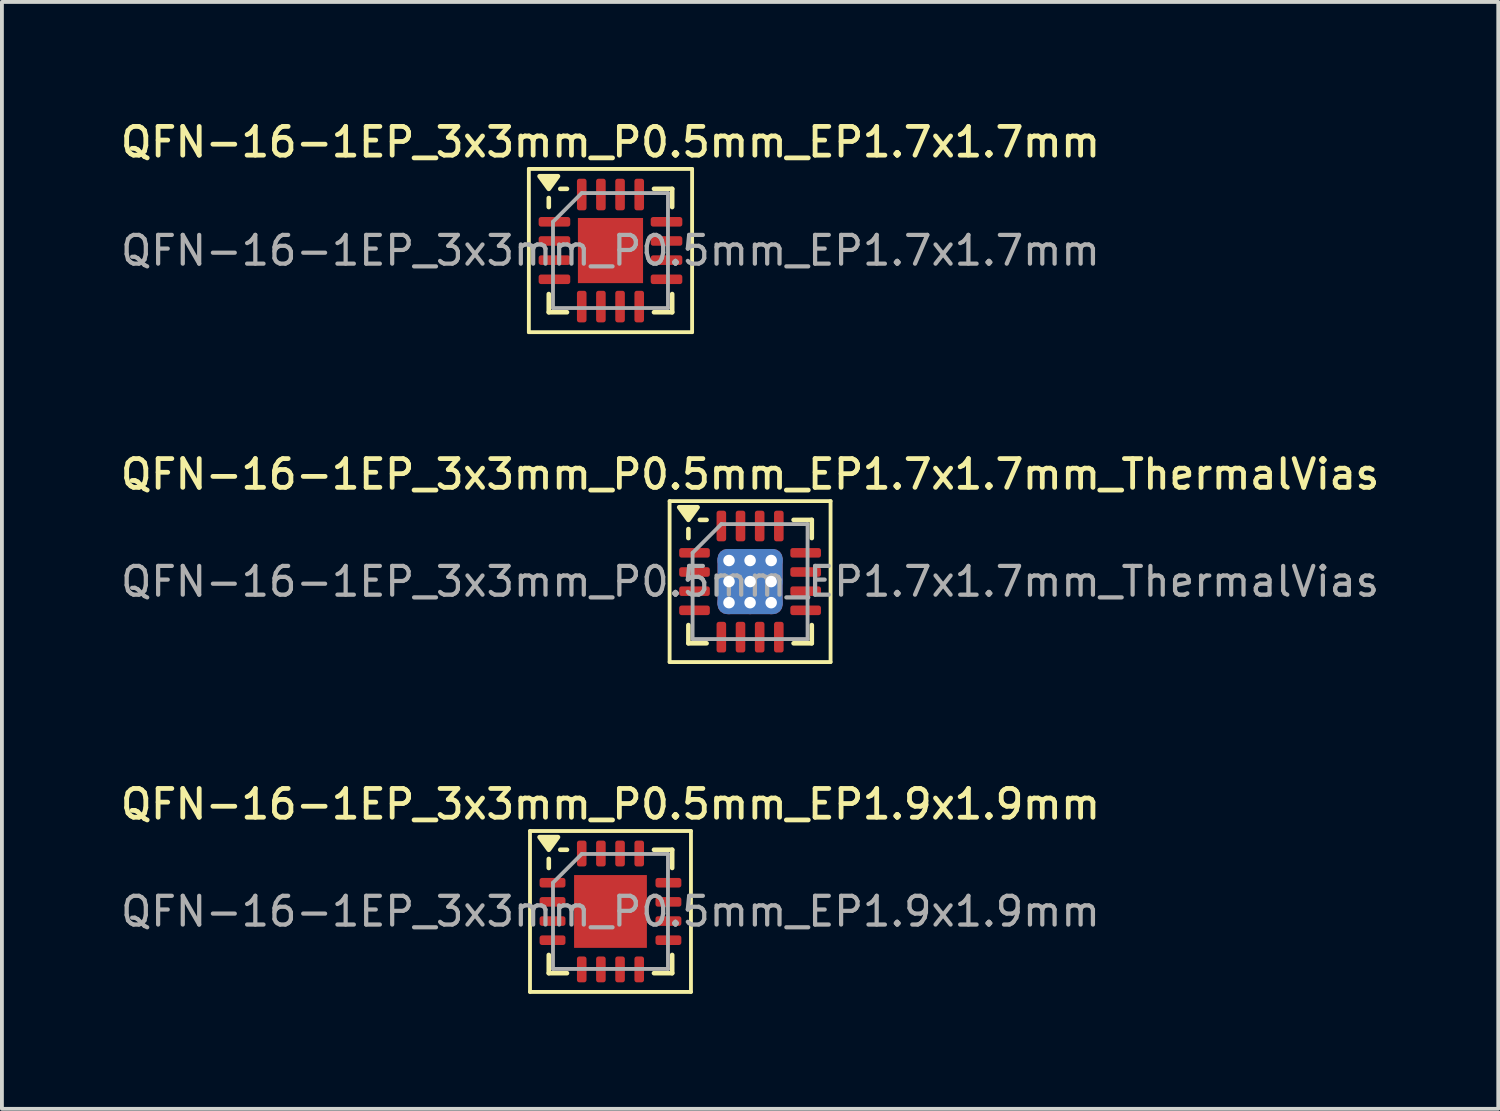
<source format=kicad_pcb>
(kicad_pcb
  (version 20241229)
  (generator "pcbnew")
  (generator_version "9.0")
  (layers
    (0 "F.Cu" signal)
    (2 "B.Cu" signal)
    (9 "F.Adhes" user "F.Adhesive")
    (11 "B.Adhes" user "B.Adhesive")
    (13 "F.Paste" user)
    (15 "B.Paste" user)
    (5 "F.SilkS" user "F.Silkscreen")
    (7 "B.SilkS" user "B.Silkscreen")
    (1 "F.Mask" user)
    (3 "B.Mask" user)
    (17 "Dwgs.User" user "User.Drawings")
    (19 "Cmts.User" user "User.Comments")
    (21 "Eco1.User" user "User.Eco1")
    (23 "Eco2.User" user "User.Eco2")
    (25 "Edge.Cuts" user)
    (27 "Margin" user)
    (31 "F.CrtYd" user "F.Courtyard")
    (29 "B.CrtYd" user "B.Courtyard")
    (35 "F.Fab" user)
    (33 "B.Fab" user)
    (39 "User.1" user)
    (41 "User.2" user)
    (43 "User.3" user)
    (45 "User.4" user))
  (footprint "QFN-16-1EP_3x3mm_P0.5mm_EP1.9x1.9mm"
    (layer "F.Cu")
    (at 12.88 20.734)
    (property "Reference" "QFN-16-1EP_3x3mm_P0.5mm_EP1.9x1.9mm" (at 0 -2.8 0) (layer "F.SilkS") (effects (font (size 0.75 0.75) (thickness 0.125))))
    (attr smd)
    (fp_line (start -2.1 -2.1) (end -2.1 2.1) (stroke (width 0.1) (type solid)) (layer "F.SilkS"))
    (fp_line (start -2.1 2.1) (end 2.1 2.1) (stroke (width 0.1) (type solid)) (layer "F.SilkS"))
    (fp_line (start -1.61 -1.135) (end -1.61 -1.37) (stroke (width 0.12) (type solid)) (layer "F.SilkS"))
    (fp_line (start -1.61 1.61) (end -1.61 1.135) (stroke (width 0.12) (type solid)) (layer "F.SilkS"))
    (fp_line (start -1.135 -1.61) (end -1.31 -1.61) (stroke (width 0.12) (type solid)) (layer "F.SilkS"))
    (fp_line (start -1.135 1.61) (end -1.61 1.61) (stroke (width 0.12) (type solid)) (layer "F.SilkS"))
    (fp_line (start 1.135 -1.61) (end 1.61 -1.61) (stroke (width 0.12) (type solid)) (layer "F.SilkS"))
    (fp_line (start 1.135 1.61) (end 1.61 1.61) (stroke (width 0.12) (type solid)) (layer "F.SilkS"))
    (fp_line (start 1.61 -1.61) (end 1.61 -1.135) (stroke (width 0.12) (type solid)) (layer "F.SilkS"))
    (fp_line (start 1.61 1.61) (end 1.61 1.135) (stroke (width 0.12) (type solid)) (layer "F.SilkS"))
    (fp_line (start 2.1 -2.1) (end -2.1 -2.1) (stroke (width 0.1) (type solid)) (layer "F.SilkS"))
    (fp_line (start 2.1 2.1) (end 2.1 -2.1) (stroke (width 0.1) (type solid)) (layer "F.SilkS"))
    (fp_poly (pts (xy -1.61 -1.61) (xy -1.85 -1.94) (xy -1.37 -1.94) (xy -1.61 -1.61)) (stroke (width 0.12) (type solid)) (fill yes) (layer "F.SilkS"))
    (fp_line (start -1.5 -0.75) (end -0.75 -1.5) (stroke (width 0.1) (type solid)) (layer "F.Fab"))
    (fp_line (start -1.5 1.5) (end -1.5 -0.75) (stroke (width 0.1) (type solid)) (layer "F.Fab"))
    (fp_line (start -0.75 -1.5) (end 1.5 -1.5) (stroke (width 0.1) (type solid)) (layer "F.Fab"))
    (fp_line (start 1.5 -1.5) (end 1.5 1.5) (stroke (width 0.1) (type solid)) (layer "F.Fab"))
    (fp_line (start 1.5 1.5) (end -1.5 1.5) (stroke (width 0.1) (type solid)) (layer "F.Fab"))
    (fp_text user "${REFERENCE}" (at 0 0 0) (layer "F.Fab") (effects (font (size 0.75 0.75) (thickness 0.11))))
    (pad "" smd roundrect (at -0.475 -0.475) (size 0.77 0.77) (layers "F.Paste") (roundrect_rratio 0.25))
    (pad "" smd roundrect (at -0.475 0.475) (size 0.77 0.77) (layers "F.Paste") (roundrect_rratio 0.25))
    (pad "" smd roundrect (at 0.475 -0.475) (size 0.77 0.77) (layers "F.Paste") (roundrect_rratio 0.25))
    (pad "" smd roundrect (at 0.475 0.475) (size 0.77 0.77) (layers "F.Paste") (roundrect_rratio 0.25))
    (pad "1" smd roundrect (at -1.512 -0.75) (size 0.675 0.25) (layers "F.Cu" "F.Mask" "F.Paste") (roundrect_rratio 0.25))
    (pad "2" smd roundrect (at -1.512 -0.25) (size 0.675 0.25) (layers "F.Cu" "F.Mask" "F.Paste") (roundrect_rratio 0.25))
    (pad "3" smd roundrect (at -1.512 0.25) (size 0.675 0.25) (layers "F.Cu" "F.Mask" "F.Paste") (roundrect_rratio 0.25))
    (pad "4" smd roundrect (at -1.512 0.75) (size 0.675 0.25) (layers "F.Cu" "F.Mask" "F.Paste") (roundrect_rratio 0.25))
    (pad "5" smd roundrect (at -0.75 1.512) (size 0.25 0.675) (layers "F.Cu" "F.Mask" "F.Paste") (roundrect_rratio 0.25))
    (pad "6" smd roundrect (at -0.25 1.512) (size 0.25 0.675) (layers "F.Cu" "F.Mask" "F.Paste") (roundrect_rratio 0.25))
    (pad "7" smd roundrect (at 0.25 1.512) (size 0.25 0.675) (layers "F.Cu" "F.Mask" "F.Paste") (roundrect_rratio 0.25))
    (pad "8" smd roundrect (at 0.75 1.512) (size 0.25 0.675) (layers "F.Cu" "F.Mask" "F.Paste") (roundrect_rratio 0.25))
    (pad "9" smd roundrect (at 1.512 0.75) (size 0.675 0.25) (layers "F.Cu" "F.Mask" "F.Paste") (roundrect_rratio 0.25))
    (pad "10" smd roundrect (at 1.512 0.25) (size 0.675 0.25) (layers "F.Cu" "F.Mask" "F.Paste") (roundrect_rratio 0.25))
    (pad "11" smd roundrect (at 1.512 -0.25) (size 0.675 0.25) (layers "F.Cu" "F.Mask" "F.Paste") (roundrect_rratio 0.25))
    (pad "12" smd roundrect (at 1.512 -0.75) (size 0.675 0.25) (layers "F.Cu" "F.Mask" "F.Paste") (roundrect_rratio 0.25))
    (pad "13" smd roundrect (at 0.75 -1.512) (size 0.25 0.675) (layers "F.Cu" "F.Mask" "F.Paste") (roundrect_rratio 0.25))
    (pad "14" smd roundrect (at 0.25 -1.512) (size 0.25 0.675) (layers "F.Cu" "F.Mask" "F.Paste") (roundrect_rratio 0.25))
    (pad "15" smd roundrect (at -0.25 -1.512) (size 0.25 0.675) (layers "F.Cu" "F.Mask" "F.Paste") (roundrect_rratio 0.25))
    (pad "16" smd roundrect (at -0.75 -1.512) (size 0.25 0.675) (layers "F.Cu" "F.Mask" "F.Paste") (roundrect_rratio 0.25))
    (pad "17" smd rect (at 0 0) (size 1.9 1.9) (property pad_prop_heatsink) (layers "F.Cu" "F.Mask")))
  (footprint "QFN-16-1EP_3x3mm_P0.5mm_EP1.7x1.7mm"
    (layer "F.Cu")
    (at 12.88 3.488)
    (property "Reference" "QFN-16-1EP_3x3mm_P0.5mm_EP1.7x1.7mm" (at 0 -2.83 0) (layer "F.SilkS") (effects (font (size 0.75 0.75) (thickness 0.125))))
    (attr smd)
    (fp_line (start -2.13 -2.13) (end -2.13 2.13) (stroke (width 0.1) (type solid)) (layer "F.SilkS"))
    (fp_line (start -2.13 2.13) (end 2.13 2.13) (stroke (width 0.1) (type solid)) (layer "F.SilkS"))
    (fp_line (start -1.61 -1.135) (end -1.61 -1.37) (stroke (width 0.12) (type solid)) (layer "F.SilkS"))
    (fp_line (start -1.61 1.61) (end -1.61 1.135) (stroke (width 0.12) (type solid)) (layer "F.SilkS"))
    (fp_line (start -1.135 -1.61) (end -1.31 -1.61) (stroke (width 0.12) (type solid)) (layer "F.SilkS"))
    (fp_line (start -1.135 1.61) (end -1.61 1.61) (stroke (width 0.12) (type solid)) (layer "F.SilkS"))
    (fp_line (start 1.135 -1.61) (end 1.61 -1.61) (stroke (width 0.12) (type solid)) (layer "F.SilkS"))
    (fp_line (start 1.135 1.61) (end 1.61 1.61) (stroke (width 0.12) (type solid)) (layer "F.SilkS"))
    (fp_line (start 1.61 -1.61) (end 1.61 -1.135) (stroke (width 0.12) (type solid)) (layer "F.SilkS"))
    (fp_line (start 1.61 1.61) (end 1.61 1.135) (stroke (width 0.12) (type solid)) (layer "F.SilkS"))
    (fp_line (start 2.13 -2.13) (end -2.13 -2.13) (stroke (width 0.1) (type solid)) (layer "F.SilkS"))
    (fp_line (start 2.13 2.13) (end 2.13 -2.13) (stroke (width 0.1) (type solid)) (layer "F.SilkS"))
    (fp_poly (pts (xy -1.61 -1.61) (xy -1.85 -1.94) (xy -1.37 -1.94) (xy -1.61 -1.61)) (stroke (width 0.12) (type solid)) (fill yes) (layer "F.SilkS"))
    (fp_line (start -1.5 -0.75) (end -0.75 -1.5) (stroke (width 0.1) (type solid)) (layer "F.Fab"))
    (fp_line (start -1.5 1.5) (end -1.5 -0.75) (stroke (width 0.1) (type solid)) (layer "F.Fab"))
    (fp_line (start -0.75 -1.5) (end 1.5 -1.5) (stroke (width 0.1) (type solid)) (layer "F.Fab"))
    (fp_line (start 1.5 -1.5) (end 1.5 1.5) (stroke (width 0.1) (type solid)) (layer "F.Fab"))
    (fp_line (start 1.5 1.5) (end -1.5 1.5) (stroke (width 0.1) (type solid)) (layer "F.Fab"))
    (fp_text user "${REFERENCE}" (at 0 0 0) (layer "F.Fab") (effects (font (size 0.75 0.75) (thickness 0.11))))
    (pad "" smd roundrect (at -0.425 -0.425) (size 0.69 0.69) (layers "F.Paste") (roundrect_rratio 0.25))
    (pad "" smd roundrect (at -0.425 0.425) (size 0.69 0.69) (layers "F.Paste") (roundrect_rratio 0.25))
    (pad "" smd roundrect (at 0.425 -0.425) (size 0.69 0.69) (layers "F.Paste") (roundrect_rratio 0.25))
    (pad "" smd roundrect (at 0.425 0.425) (size 0.69 0.69) (layers "F.Paste") (roundrect_rratio 0.25))
    (pad "1" smd roundrect (at -1.462 -0.75) (size 0.825 0.25) (layers "F.Cu" "F.Mask" "F.Paste") (roundrect_rratio 0.25))
    (pad "2" smd roundrect (at -1.462 -0.25) (size 0.825 0.25) (layers "F.Cu" "F.Mask" "F.Paste") (roundrect_rratio 0.25))
    (pad "3" smd roundrect (at -1.462 0.25) (size 0.825 0.25) (layers "F.Cu" "F.Mask" "F.Paste") (roundrect_rratio 0.25))
    (pad "4" smd roundrect (at -1.462 0.75) (size 0.825 0.25) (layers "F.Cu" "F.Mask" "F.Paste") (roundrect_rratio 0.25))
    (pad "5" smd roundrect (at -0.75 1.462) (size 0.25 0.825) (layers "F.Cu" "F.Mask" "F.Paste") (roundrect_rratio 0.25))
    (pad "6" smd roundrect (at -0.25 1.462) (size 0.25 0.825) (layers "F.Cu" "F.Mask" "F.Paste") (roundrect_rratio 0.25))
    (pad "7" smd roundrect (at 0.25 1.462) (size 0.25 0.825) (layers "F.Cu" "F.Mask" "F.Paste") (roundrect_rratio 0.25))
    (pad "8" smd roundrect (at 0.75 1.462) (size 0.25 0.825) (layers "F.Cu" "F.Mask" "F.Paste") (roundrect_rratio 0.25))
    (pad "9" smd roundrect (at 1.462 0.75) (size 0.825 0.25) (layers "F.Cu" "F.Mask" "F.Paste") (roundrect_rratio 0.25))
    (pad "10" smd roundrect (at 1.462 0.25) (size 0.825 0.25) (layers "F.Cu" "F.Mask" "F.Paste") (roundrect_rratio 0.25))
    (pad "11" smd roundrect (at 1.462 -0.25) (size 0.825 0.25) (layers "F.Cu" "F.Mask" "F.Paste") (roundrect_rratio 0.25))
    (pad "12" smd roundrect (at 1.462 -0.75) (size 0.825 0.25) (layers "F.Cu" "F.Mask" "F.Paste") (roundrect_rratio 0.25))
    (pad "13" smd roundrect (at 0.75 -1.462) (size 0.25 0.825) (layers "F.Cu" "F.Mask" "F.Paste") (roundrect_rratio 0.25))
    (pad "14" smd roundrect (at 0.25 -1.462) (size 0.25 0.825) (layers "F.Cu" "F.Mask" "F.Paste") (roundrect_rratio 0.25))
    (pad "15" smd roundrect (at -0.25 -1.462) (size 0.25 0.825) (layers "F.Cu" "F.Mask" "F.Paste") (roundrect_rratio 0.25))
    (pad "16" smd roundrect (at -0.75 -1.462) (size 0.25 0.825) (layers "F.Cu" "F.Mask" "F.Paste") (roundrect_rratio 0.25))
    (pad "17" smd rect (at 0 0) (size 1.7 1.7) (property pad_prop_heatsink) (layers "F.Cu" "F.Mask")))
  (footprint "QFN-16-1EP_3x3mm_P0.5mm_EP1.7x1.7mm_ThermalVias"
    (layer "F.Cu")
    (at 16.523 12.126)
    (property "Reference" "QFN-16-1EP_3x3mm_P0.5mm_EP1.7x1.7mm_ThermalVias" (at 0 -2.8 0) (layer "F.SilkS") (effects (font (size 0.75 0.75) (thickness 0.125))))
    (attr smd)
    (fp_line (start -2.1 -2.1) (end -2.1 2.1) (stroke (width 0.1) (type solid)) (layer "F.SilkS"))
    (fp_line (start -2.1 2.1) (end 2.1 2.1) (stroke (width 0.1) (type solid)) (layer "F.SilkS"))
    (fp_line (start -1.61 -1.135) (end -1.61 -1.37) (stroke (width 0.12) (type solid)) (layer "F.SilkS"))
    (fp_line (start -1.61 1.61) (end -1.61 1.135) (stroke (width 0.12) (type solid)) (layer "F.SilkS"))
    (fp_line (start -1.135 -1.61) (end -1.31 -1.61) (stroke (width 0.12) (type solid)) (layer "F.SilkS"))
    (fp_line (start -1.135 1.61) (end -1.61 1.61) (stroke (width 0.12) (type solid)) (layer "F.SilkS"))
    (fp_line (start 1.135 -1.61) (end 1.61 -1.61) (stroke (width 0.12) (type solid)) (layer "F.SilkS"))
    (fp_line (start 1.135 1.61) (end 1.61 1.61) (stroke (width 0.12) (type solid)) (layer "F.SilkS"))
    (fp_line (start 1.61 -1.61) (end 1.61 -1.135) (stroke (width 0.12) (type solid)) (layer "F.SilkS"))
    (fp_line (start 1.61 1.61) (end 1.61 1.135) (stroke (width 0.12) (type solid)) (layer "F.SilkS"))
    (fp_line (start 2.1 -2.1) (end -2.1 -2.1) (stroke (width 0.1) (type solid)) (layer "F.SilkS"))
    (fp_line (start 2.1 2.1) (end 2.1 -2.1) (stroke (width 0.1) (type solid)) (layer "F.SilkS"))
    (fp_poly (pts (xy -1.61 -1.61) (xy -1.85 -1.94) (xy -1.37 -1.94) (xy -1.61 -1.61)) (stroke (width 0.12) (type solid)) (fill yes) (layer "F.SilkS"))
    (fp_line (start -1.5 -0.75) (end -0.75 -1.5) (stroke (width 0.1) (type solid)) (layer "F.Fab"))
    (fp_line (start -1.5 1.5) (end -1.5 -0.75) (stroke (width 0.1) (type solid)) (layer "F.Fab"))
    (fp_line (start -0.75 -1.5) (end 1.5 -1.5) (stroke (width 0.1) (type solid)) (layer "F.Fab"))
    (fp_line (start 1.5 -1.5) (end 1.5 1.5) (stroke (width 0.1) (type solid)) (layer "F.Fab"))
    (fp_line (start 1.5 1.5) (end -1.5 1.5) (stroke (width 0.1) (type solid)) (layer "F.Fab"))
    (fp_text user "${REFERENCE}" (at 0 0 0) (layer "F.Fab") (effects (font (size 0.75 0.75) (thickness 0.11))))
    (pad "" smd roundrect (at -0.425 -0.425) (size 0.74 0.74) (layers "F.Paste") (roundrect_rratio 0.25))
    (pad "" smd roundrect (at -0.425 0.425) (size 0.74 0.74) (layers "F.Paste") (roundrect_rratio 0.25))
    (pad "" smd roundrect (at 0.425 -0.425) (size 0.74 0.74) (layers "F.Paste") (roundrect_rratio 0.25))
    (pad "" smd roundrect (at 0.425 0.425) (size 0.74 0.74) (layers "F.Paste") (roundrect_rratio 0.25))
    (pad "1" smd roundrect (at -1.45 -0.75) (size 0.8 0.25) (layers "F.Cu" "F.Mask" "F.Paste") (roundrect_rratio 0.25))
    (pad "2" smd roundrect (at -1.45 -0.25) (size 0.8 0.25) (layers "F.Cu" "F.Mask" "F.Paste") (roundrect_rratio 0.25))
    (pad "3" smd roundrect (at -1.45 0.25) (size 0.8 0.25) (layers "F.Cu" "F.Mask" "F.Paste") (roundrect_rratio 0.25))
    (pad "4" smd roundrect (at -1.45 0.75) (size 0.8 0.25) (layers "F.Cu" "F.Mask" "F.Paste") (roundrect_rratio 0.25))
    (pad "5" smd roundrect (at -0.75 1.45) (size 0.25 0.8) (layers "F.Cu" "F.Mask" "F.Paste") (roundrect_rratio 0.25))
    (pad "6" smd roundrect (at -0.25 1.45) (size 0.25 0.8) (layers "F.Cu" "F.Mask" "F.Paste") (roundrect_rratio 0.25))
    (pad "7" smd roundrect (at 0.25 1.45) (size 0.25 0.8) (layers "F.Cu" "F.Mask" "F.Paste") (roundrect_rratio 0.25))
    (pad "8" smd roundrect (at 0.75 1.45) (size 0.25 0.8) (layers "F.Cu" "F.Mask" "F.Paste") (roundrect_rratio 0.25))
    (pad "9" smd roundrect (at 1.45 0.75) (size 0.8 0.25) (layers "F.Cu" "F.Mask" "F.Paste") (roundrect_rratio 0.25))
    (pad "10" smd roundrect (at 1.45 0.25) (size 0.8 0.25) (layers "F.Cu" "F.Mask" "F.Paste") (roundrect_rratio 0.25))
    (pad "11" smd roundrect (at 1.45 -0.25) (size 0.8 0.25) (layers "F.Cu" "F.Mask" "F.Paste") (roundrect_rratio 0.25))
    (pad "12" smd roundrect (at 1.45 -0.75) (size 0.8 0.25) (layers "F.Cu" "F.Mask" "F.Paste") (roundrect_rratio 0.25))
    (pad "13" smd roundrect (at 0.75 -1.45) (size 0.25 0.8) (layers "F.Cu" "F.Mask" "F.Paste") (roundrect_rratio 0.25))
    (pad "14" smd roundrect (at 0.25 -1.45) (size 0.25 0.8) (layers "F.Cu" "F.Mask" "F.Paste") (roundrect_rratio 0.25))
    (pad "15" smd roundrect (at -0.25 -1.45) (size 0.25 0.8) (layers "F.Cu" "F.Mask" "F.Paste") (roundrect_rratio 0.25))
    (pad "16" smd roundrect (at -0.75 -1.45) (size 0.25 0.8) (layers "F.Cu" "F.Mask" "F.Paste") (roundrect_rratio 0.25))
    (pad "17" thru_hole circle (at -0.55 -0.55) (size 0.6 0.6) (drill 0.3) (layers "*.Cu"))
    (pad "17" thru_hole circle (at -0.55 0) (size 0.6 0.6) (drill 0.3) (layers "*.Cu"))
    (pad "17" thru_hole circle (at -0.55 0.55) (size 0.6 0.6) (drill 0.3) (layers "*.Cu"))
    (pad "17" thru_hole circle (at 0 -0.55) (size 0.6 0.6) (drill 0.3) (layers "*.Cu"))
    (pad "17" thru_hole circle (at 0 0) (size 0.6 0.6) (drill 0.3) (layers "*.Cu"))
    (pad "17" smd roundrect (at 0 0) (size 1.7 1.7) (layers "F.Cu" "F.Mask") (roundrect_rratio 0.147))
    (pad "17" smd roundrect (at 0 0) (size 1.7 1.7) (layers "B.Cu") (roundrect_rratio 0.147))
    (pad "17" thru_hole circle (at 0 0.55) (size 0.6 0.6) (drill 0.3) (layers "*.Cu"))
    (pad "17" thru_hole circle (at 0.55 -0.55) (size 0.6 0.6) (drill 0.3) (layers "*.Cu"))
    (pad "17" thru_hole circle (at 0.55 0) (size 0.6 0.6) (drill 0.3) (layers "*.Cu"))
    (pad "17" thru_hole circle (at 0.55 0.55) (size 0.6 0.6) (drill 0.3) (layers "*.Cu")))
  (gr_rect
    (start -3 -3)
    (end 36.046 25.884)
    (stroke (width 0.1) (type default))
    (fill no)
    (layer "Edge.Cuts")))
</source>
